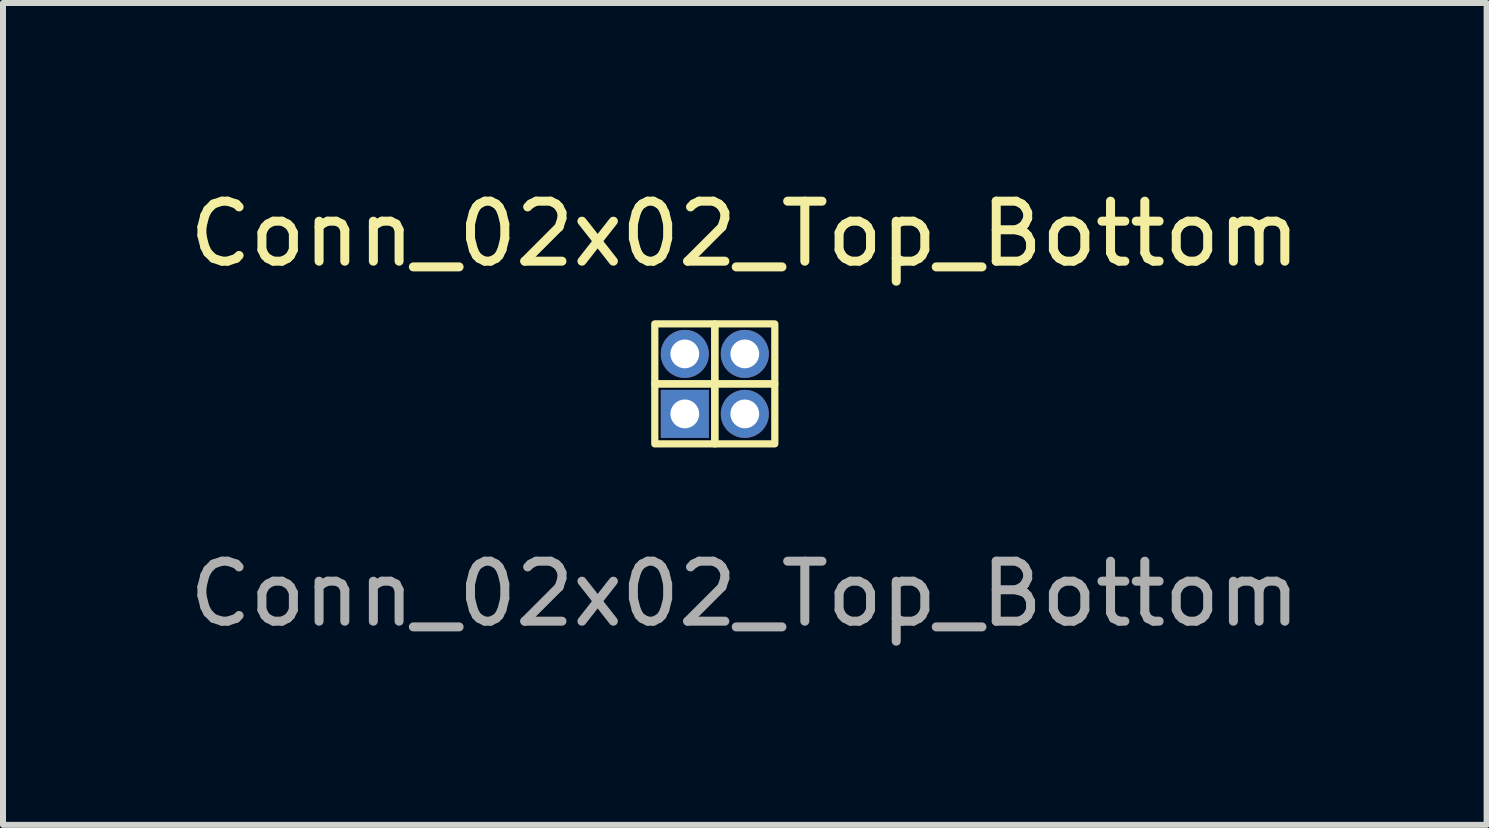
<source format=kicad_pcb>
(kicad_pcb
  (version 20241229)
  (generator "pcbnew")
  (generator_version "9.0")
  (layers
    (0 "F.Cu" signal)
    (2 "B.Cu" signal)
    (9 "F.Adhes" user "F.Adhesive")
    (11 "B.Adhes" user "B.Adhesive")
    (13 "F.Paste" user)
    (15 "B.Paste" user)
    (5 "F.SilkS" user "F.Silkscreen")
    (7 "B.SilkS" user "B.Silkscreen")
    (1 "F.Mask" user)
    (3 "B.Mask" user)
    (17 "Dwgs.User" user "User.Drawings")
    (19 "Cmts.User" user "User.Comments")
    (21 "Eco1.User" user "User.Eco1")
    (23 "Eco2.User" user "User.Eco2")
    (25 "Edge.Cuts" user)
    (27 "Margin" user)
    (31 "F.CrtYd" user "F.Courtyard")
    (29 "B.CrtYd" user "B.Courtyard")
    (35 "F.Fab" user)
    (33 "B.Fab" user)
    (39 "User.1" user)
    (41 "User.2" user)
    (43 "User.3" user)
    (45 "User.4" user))
  (footprint "Conn_02x02_Top_Bottom"
    (layer "F.Cu")
    (at 8.863 3.348)
    (property "Reference" "Conn_02x02_Top_Bottom" (at 0.5 -2.5 0) (unlocked yes) (layer "F.SilkS") (effects (font (size 1 1) (thickness 0.15))))
    (attr through_hole)
    (fp_rect (start 0 0) (end -1 -1) (stroke (width 0.12) (type solid)) (fill no) (layer "F.SilkS"))
    (fp_rect (start 0 0) (end -1 1) (stroke (width 0.12) (type solid)) (fill no) (layer "F.SilkS"))
    (fp_rect (start 0 0) (end 1 -1) (stroke (width 0.12) (type solid)) (fill no) (layer "F.SilkS"))
    (fp_rect (start 0 0) (end 1 1) (stroke (width 0.12) (type solid)) (fill no) (layer "F.SilkS"))
    (fp_text user "${REFERENCE}" (at 0.5 3.5 0) (unlocked yes) (layer "F.Fab") (effects (font (size 1 1) (thickness 0.15))))
    (pad "1" thru_hole circle (at 0.5 0.5) (size 0.8 0.8) (drill 0.48) (layers "*.Cu" "*.Mask"))
    (pad "2" thru_hole circle (at 0.5 -0.5) (size 0.8 0.8) (drill 0.48) (layers "*.Cu" "*.Mask"))
    (pad "3" thru_hole circle (at -0.5 -0.5) (size 0.8 0.8) (drill 0.48) (layers "*.Cu" "*.Mask"))
    (pad "4" thru_hole rect (at -0.5 0.5) (size 0.8 0.8) (drill 0.48) (layers "*.Cu" "*.Mask")))
  (gr_rect
    (start -3 -3)
    (end 21.726 10.697)
    (stroke (width 0.1) (type default))
    (fill no)
    (layer "Edge.Cuts")))
</source>
